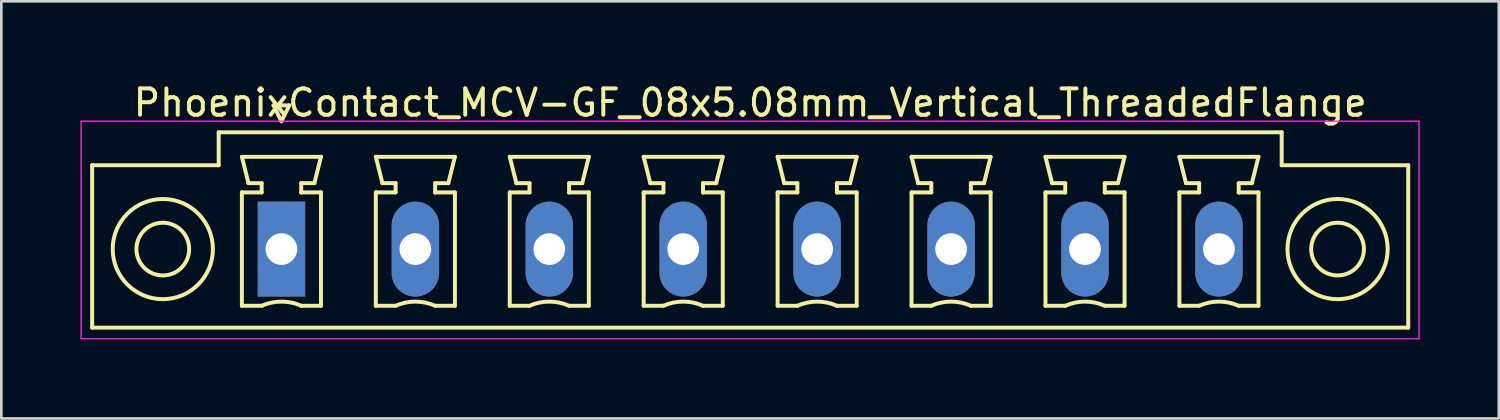
<source format=kicad_pcb>
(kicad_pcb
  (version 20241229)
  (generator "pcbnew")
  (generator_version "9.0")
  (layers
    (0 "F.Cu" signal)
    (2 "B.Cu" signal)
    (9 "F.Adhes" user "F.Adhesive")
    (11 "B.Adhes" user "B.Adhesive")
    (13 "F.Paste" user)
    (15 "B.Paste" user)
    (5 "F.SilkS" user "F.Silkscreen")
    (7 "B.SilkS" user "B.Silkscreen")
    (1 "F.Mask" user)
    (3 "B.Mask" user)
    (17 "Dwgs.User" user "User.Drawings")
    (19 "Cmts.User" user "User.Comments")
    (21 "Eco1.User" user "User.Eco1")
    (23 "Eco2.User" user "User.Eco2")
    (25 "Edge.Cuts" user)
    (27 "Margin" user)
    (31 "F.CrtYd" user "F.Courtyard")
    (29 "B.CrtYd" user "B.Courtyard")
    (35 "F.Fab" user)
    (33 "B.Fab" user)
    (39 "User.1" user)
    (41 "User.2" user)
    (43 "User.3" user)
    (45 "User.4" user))
  (footprint "PhoenixContact_MCV-GF_08x5.08mm_Vertical_ThreadedFlange"
    (layer "F.Cu")
    (at 7.625 6.398)
    (property "Reference" "PhoenixContact_MCV-GF_08x5.08mm_Vertical_ThreadedFlange" (at 17.78 -5.55 0) (layer "F.SilkS") (effects (font (size 1 1) (thickness 0.15))))
    (attr through_hole)
    (fp_line (start -7.18 -3.18) (end -7.18 2.98) (stroke (width 0.15) (type solid)) (layer "F.SilkS"))
    (fp_line (start -7.18 2.98) (end 42.74 2.98) (stroke (width 0.15) (type solid)) (layer "F.SilkS"))
    (fp_line (start -2.38 -4.43) (end -2.38 -3.18) (stroke (width 0.15) (type solid)) (layer "F.SilkS"))
    (fp_line (start -2.38 -3.18) (end -7.18 -3.18) (stroke (width 0.15) (type solid)) (layer "F.SilkS"))
    (fp_line (start -1.5 -3.5) (end 1.5 -3.5) (stroke (width 0.15) (type solid)) (layer "F.SilkS"))
    (fp_line (start -1.5 -2.15) (end -0.75 -2.15) (stroke (width 0.15) (type solid)) (layer "F.SilkS"))
    (fp_line (start -1.5 2.15) (end -1.5 -2.15) (stroke (width 0.15) (type solid)) (layer "F.SilkS"))
    (fp_line (start -1.25 -2.5) (end -1.5 -3.5) (stroke (width 0.15) (type solid)) (layer "F.SilkS"))
    (fp_line (start -0.75 -2.5) (end -1.25 -2.5) (stroke (width 0.15) (type solid)) (layer "F.SilkS"))
    (fp_line (start -0.75 -2.15) (end -0.75 -2.5) (stroke (width 0.15) (type solid)) (layer "F.SilkS"))
    (fp_line (start -0.75 2.15) (end -1.5 2.15) (stroke (width 0.15) (type solid)) (layer "F.SilkS"))
    (fp_line (start -0.3 -5.45) (end 0 -4.85) (stroke (width 0.15) (type solid)) (layer "F.SilkS"))
    (fp_line (start 0 -4.85) (end 0.3 -5.45) (stroke (width 0.15) (type solid)) (layer "F.SilkS"))
    (fp_line (start 0.3 -5.45) (end -0.3 -5.45) (stroke (width 0.15) (type solid)) (layer "F.SilkS"))
    (fp_line (start 0.75 -2.5) (end 0.75 -2.15) (stroke (width 0.15) (type solid)) (layer "F.SilkS"))
    (fp_line (start 0.75 -2.15) (end 0.75 -2.15) (stroke (width 0.15) (type solid)) (layer "F.SilkS"))
    (fp_line (start 0.75 -2.15) (end 1.5 -2.15) (stroke (width 0.15) (type solid)) (layer "F.SilkS"))
    (fp_line (start 1.25 -2.5) (end 0.75 -2.5) (stroke (width 0.15) (type solid)) (layer "F.SilkS"))
    (fp_line (start 1.5 -3.5) (end 1.25 -2.5) (stroke (width 0.15) (type solid)) (layer "F.SilkS"))
    (fp_line (start 1.5 -2.15) (end 1.5 2.15) (stroke (width 0.15) (type solid)) (layer "F.SilkS"))
    (fp_line (start 1.5 2.15) (end 0.75 2.15) (stroke (width 0.15) (type solid)) (layer "F.SilkS"))
    (fp_line (start 3.58 -3.5) (end 6.58 -3.5) (stroke (width 0.15) (type solid)) (layer "F.SilkS"))
    (fp_line (start 3.58 -2.15) (end 4.33 -2.15) (stroke (width 0.15) (type solid)) (layer "F.SilkS"))
    (fp_line (start 3.58 2.15) (end 3.58 -2.15) (stroke (width 0.15) (type solid)) (layer "F.SilkS"))
    (fp_line (start 3.83 -2.5) (end 3.58 -3.5) (stroke (width 0.15) (type solid)) (layer "F.SilkS"))
    (fp_line (start 4.33 -2.5) (end 3.83 -2.5) (stroke (width 0.15) (type solid)) (layer "F.SilkS"))
    (fp_line (start 4.33 -2.15) (end 4.33 -2.5) (stroke (width 0.15) (type solid)) (layer "F.SilkS"))
    (fp_line (start 4.33 2.15) (end 3.58 2.15) (stroke (width 0.15) (type solid)) (layer "F.SilkS"))
    (fp_line (start 5.83 -2.5) (end 5.83 -2.15) (stroke (width 0.15) (type solid)) (layer "F.SilkS"))
    (fp_line (start 5.83 -2.15) (end 5.83 -2.15) (stroke (width 0.15) (type solid)) (layer "F.SilkS"))
    (fp_line (start 5.83 -2.15) (end 6.58 -2.15) (stroke (width 0.15) (type solid)) (layer "F.SilkS"))
    (fp_line (start 6.33 -2.5) (end 5.83 -2.5) (stroke (width 0.15) (type solid)) (layer "F.SilkS"))
    (fp_line (start 6.58 -3.5) (end 6.33 -2.5) (stroke (width 0.15) (type solid)) (layer "F.SilkS"))
    (fp_line (start 6.58 -2.15) (end 6.58 2.15) (stroke (width 0.15) (type solid)) (layer "F.SilkS"))
    (fp_line (start 6.58 2.15) (end 5.83 2.15) (stroke (width 0.15) (type solid)) (layer "F.SilkS"))
    (fp_line (start 8.66 -3.5) (end 11.66 -3.5) (stroke (width 0.15) (type solid)) (layer "F.SilkS"))
    (fp_line (start 8.66 -2.15) (end 9.41 -2.15) (stroke (width 0.15) (type solid)) (layer "F.SilkS"))
    (fp_line (start 8.66 2.15) (end 8.66 -2.15) (stroke (width 0.15) (type solid)) (layer "F.SilkS"))
    (fp_line (start 8.91 -2.5) (end 8.66 -3.5) (stroke (width 0.15) (type solid)) (layer "F.SilkS"))
    (fp_line (start 9.41 -2.5) (end 8.91 -2.5) (stroke (width 0.15) (type solid)) (layer "F.SilkS"))
    (fp_line (start 9.41 -2.15) (end 9.41 -2.5) (stroke (width 0.15) (type solid)) (layer "F.SilkS"))
    (fp_line (start 9.41 2.15) (end 8.66 2.15) (stroke (width 0.15) (type solid)) (layer "F.SilkS"))
    (fp_line (start 10.91 -2.5) (end 10.91 -2.15) (stroke (width 0.15) (type solid)) (layer "F.SilkS"))
    (fp_line (start 10.91 -2.15) (end 10.91 -2.15) (stroke (width 0.15) (type solid)) (layer "F.SilkS"))
    (fp_line (start 10.91 -2.15) (end 11.66 -2.15) (stroke (width 0.15) (type solid)) (layer "F.SilkS"))
    (fp_line (start 11.41 -2.5) (end 10.91 -2.5) (stroke (width 0.15) (type solid)) (layer "F.SilkS"))
    (fp_line (start 11.66 -3.5) (end 11.41 -2.5) (stroke (width 0.15) (type solid)) (layer "F.SilkS"))
    (fp_line (start 11.66 -2.15) (end 11.66 2.15) (stroke (width 0.15) (type solid)) (layer "F.SilkS"))
    (fp_line (start 11.66 2.15) (end 10.91 2.15) (stroke (width 0.15) (type solid)) (layer "F.SilkS"))
    (fp_line (start 13.74 -3.5) (end 16.74 -3.5) (stroke (width 0.15) (type solid)) (layer "F.SilkS"))
    (fp_line (start 13.74 -2.15) (end 14.49 -2.15) (stroke (width 0.15) (type solid)) (layer "F.SilkS"))
    (fp_line (start 13.74 2.15) (end 13.74 -2.15) (stroke (width 0.15) (type solid)) (layer "F.SilkS"))
    (fp_line (start 13.99 -2.5) (end 13.74 -3.5) (stroke (width 0.15) (type solid)) (layer "F.SilkS"))
    (fp_line (start 14.49 -2.5) (end 13.99 -2.5) (stroke (width 0.15) (type solid)) (layer "F.SilkS"))
    (fp_line (start 14.49 -2.15) (end 14.49 -2.5) (stroke (width 0.15) (type solid)) (layer "F.SilkS"))
    (fp_line (start 14.49 2.15) (end 13.74 2.15) (stroke (width 0.15) (type solid)) (layer "F.SilkS"))
    (fp_line (start 15.99 -2.5) (end 15.99 -2.15) (stroke (width 0.15) (type solid)) (layer "F.SilkS"))
    (fp_line (start 15.99 -2.15) (end 15.99 -2.15) (stroke (width 0.15) (type solid)) (layer "F.SilkS"))
    (fp_line (start 15.99 -2.15) (end 16.74 -2.15) (stroke (width 0.15) (type solid)) (layer "F.SilkS"))
    (fp_line (start 16.49 -2.5) (end 15.99 -2.5) (stroke (width 0.15) (type solid)) (layer "F.SilkS"))
    (fp_line (start 16.74 -3.5) (end 16.49 -2.5) (stroke (width 0.15) (type solid)) (layer "F.SilkS"))
    (fp_line (start 16.74 -2.15) (end 16.74 2.15) (stroke (width 0.15) (type solid)) (layer "F.SilkS"))
    (fp_line (start 16.74 2.15) (end 15.99 2.15) (stroke (width 0.15) (type solid)) (layer "F.SilkS"))
    (fp_line (start 18.82 -3.5) (end 21.82 -3.5) (stroke (width 0.15) (type solid)) (layer "F.SilkS"))
    (fp_line (start 18.82 -2.15) (end 19.57 -2.15) (stroke (width 0.15) (type solid)) (layer "F.SilkS"))
    (fp_line (start 18.82 2.15) (end 18.82 -2.15) (stroke (width 0.15) (type solid)) (layer "F.SilkS"))
    (fp_line (start 19.07 -2.5) (end 18.82 -3.5) (stroke (width 0.15) (type solid)) (layer "F.SilkS"))
    (fp_line (start 19.57 -2.5) (end 19.07 -2.5) (stroke (width 0.15) (type solid)) (layer "F.SilkS"))
    (fp_line (start 19.57 -2.15) (end 19.57 -2.5) (stroke (width 0.15) (type solid)) (layer "F.SilkS"))
    (fp_line (start 19.57 2.15) (end 18.82 2.15) (stroke (width 0.15) (type solid)) (layer "F.SilkS"))
    (fp_line (start 21.07 -2.5) (end 21.07 -2.15) (stroke (width 0.15) (type solid)) (layer "F.SilkS"))
    (fp_line (start 21.07 -2.15) (end 21.07 -2.15) (stroke (width 0.15) (type solid)) (layer "F.SilkS"))
    (fp_line (start 21.07 -2.15) (end 21.82 -2.15) (stroke (width 0.15) (type solid)) (layer "F.SilkS"))
    (fp_line (start 21.57 -2.5) (end 21.07 -2.5) (stroke (width 0.15) (type solid)) (layer "F.SilkS"))
    (fp_line (start 21.82 -3.5) (end 21.57 -2.5) (stroke (width 0.15) (type solid)) (layer "F.SilkS"))
    (fp_line (start 21.82 -2.15) (end 21.82 2.15) (stroke (width 0.15) (type solid)) (layer "F.SilkS"))
    (fp_line (start 21.82 2.15) (end 21.07 2.15) (stroke (width 0.15) (type solid)) (layer "F.SilkS"))
    (fp_line (start 23.9 -3.5) (end 26.9 -3.5) (stroke (width 0.15) (type solid)) (layer "F.SilkS"))
    (fp_line (start 23.9 -2.15) (end 24.65 -2.15) (stroke (width 0.15) (type solid)) (layer "F.SilkS"))
    (fp_line (start 23.9 2.15) (end 23.9 -2.15) (stroke (width 0.15) (type solid)) (layer "F.SilkS"))
    (fp_line (start 24.15 -2.5) (end 23.9 -3.5) (stroke (width 0.15) (type solid)) (layer "F.SilkS"))
    (fp_line (start 24.65 -2.5) (end 24.15 -2.5) (stroke (width 0.15) (type solid)) (layer "F.SilkS"))
    (fp_line (start 24.65 -2.15) (end 24.65 -2.5) (stroke (width 0.15) (type solid)) (layer "F.SilkS"))
    (fp_line (start 24.65 2.15) (end 23.9 2.15) (stroke (width 0.15) (type solid)) (layer "F.SilkS"))
    (fp_line (start 26.15 -2.5) (end 26.15 -2.15) (stroke (width 0.15) (type solid)) (layer "F.SilkS"))
    (fp_line (start 26.15 -2.15) (end 26.15 -2.15) (stroke (width 0.15) (type solid)) (layer "F.SilkS"))
    (fp_line (start 26.15 -2.15) (end 26.9 -2.15) (stroke (width 0.15) (type solid)) (layer "F.SilkS"))
    (fp_line (start 26.65 -2.5) (end 26.15 -2.5) (stroke (width 0.15) (type solid)) (layer "F.SilkS"))
    (fp_line (start 26.9 -3.5) (end 26.65 -2.5) (stroke (width 0.15) (type solid)) (layer "F.SilkS"))
    (fp_line (start 26.9 -2.15) (end 26.9 2.15) (stroke (width 0.15) (type solid)) (layer "F.SilkS"))
    (fp_line (start 26.9 2.15) (end 26.15 2.15) (stroke (width 0.15) (type solid)) (layer "F.SilkS"))
    (fp_line (start 28.98 -3.5) (end 31.98 -3.5) (stroke (width 0.15) (type solid)) (layer "F.SilkS"))
    (fp_line (start 28.98 -2.15) (end 29.73 -2.15) (stroke (width 0.15) (type solid)) (layer "F.SilkS"))
    (fp_line (start 28.98 2.15) (end 28.98 -2.15) (stroke (width 0.15) (type solid)) (layer "F.SilkS"))
    (fp_line (start 29.23 -2.5) (end 28.98 -3.5) (stroke (width 0.15) (type solid)) (layer "F.SilkS"))
    (fp_line (start 29.73 -2.5) (end 29.23 -2.5) (stroke (width 0.15) (type solid)) (layer "F.SilkS"))
    (fp_line (start 29.73 -2.15) (end 29.73 -2.5) (stroke (width 0.15) (type solid)) (layer "F.SilkS"))
    (fp_line (start 29.73 2.15) (end 28.98 2.15) (stroke (width 0.15) (type solid)) (layer "F.SilkS"))
    (fp_line (start 31.23 -2.5) (end 31.23 -2.15) (stroke (width 0.15) (type solid)) (layer "F.SilkS"))
    (fp_line (start 31.23 -2.15) (end 31.23 -2.15) (stroke (width 0.15) (type solid)) (layer "F.SilkS"))
    (fp_line (start 31.23 -2.15) (end 31.98 -2.15) (stroke (width 0.15) (type solid)) (layer "F.SilkS"))
    (fp_line (start 31.73 -2.5) (end 31.23 -2.5) (stroke (width 0.15) (type solid)) (layer "F.SilkS"))
    (fp_line (start 31.98 -3.5) (end 31.73 -2.5) (stroke (width 0.15) (type solid)) (layer "F.SilkS"))
    (fp_line (start 31.98 -2.15) (end 31.98 2.15) (stroke (width 0.15) (type solid)) (layer "F.SilkS"))
    (fp_line (start 31.98 2.15) (end 31.23 2.15) (stroke (width 0.15) (type solid)) (layer "F.SilkS"))
    (fp_line (start 34.06 -3.5) (end 37.06 -3.5) (stroke (width 0.15) (type solid)) (layer "F.SilkS"))
    (fp_line (start 34.06 -2.15) (end 34.81 -2.15) (stroke (width 0.15) (type solid)) (layer "F.SilkS"))
    (fp_line (start 34.06 2.15) (end 34.06 -2.15) (stroke (width 0.15) (type solid)) (layer "F.SilkS"))
    (fp_line (start 34.31 -2.5) (end 34.06 -3.5) (stroke (width 0.15) (type solid)) (layer "F.SilkS"))
    (fp_line (start 34.81 -2.5) (end 34.31 -2.5) (stroke (width 0.15) (type solid)) (layer "F.SilkS"))
    (fp_line (start 34.81 -2.15) (end 34.81 -2.5) (stroke (width 0.15) (type solid)) (layer "F.SilkS"))
    (fp_line (start 34.81 2.15) (end 34.06 2.15) (stroke (width 0.15) (type solid)) (layer "F.SilkS"))
    (fp_line (start 36.31 -2.5) (end 36.31 -2.15) (stroke (width 0.15) (type solid)) (layer "F.SilkS"))
    (fp_line (start 36.31 -2.15) (end 36.31 -2.15) (stroke (width 0.15) (type solid)) (layer "F.SilkS"))
    (fp_line (start 36.31 -2.15) (end 37.06 -2.15) (stroke (width 0.15) (type solid)) (layer "F.SilkS"))
    (fp_line (start 36.81 -2.5) (end 36.31 -2.5) (stroke (width 0.15) (type solid)) (layer "F.SilkS"))
    (fp_line (start 37.06 -3.5) (end 36.81 -2.5) (stroke (width 0.15) (type solid)) (layer "F.SilkS"))
    (fp_line (start 37.06 -2.15) (end 37.06 2.15) (stroke (width 0.15) (type solid)) (layer "F.SilkS"))
    (fp_line (start 37.06 2.15) (end 36.31 2.15) (stroke (width 0.15) (type solid)) (layer "F.SilkS"))
    (fp_line (start 37.94 -4.43) (end -2.38 -4.43) (stroke (width 0.15) (type solid)) (layer "F.SilkS"))
    (fp_line (start 37.94 -3.18) (end 37.94 -4.43) (stroke (width 0.15) (type solid)) (layer "F.SilkS"))
    (fp_line (start 42.74 -3.18) (end 37.94 -3.18) (stroke (width 0.15) (type solid)) (layer "F.SilkS"))
    (fp_line (start 42.74 2.98) (end 42.74 -3.18) (stroke (width 0.15) (type solid)) (layer "F.SilkS"))
    (fp_arc (start -0.75 2.15) (mid -0.000193 1.99191) (end 0.749647 2.149844) (stroke (width 0.15) (type solid)) (layer "F.SilkS"))
    (fp_arc (start 4.33 2.15) (mid 5.079807 1.99191) (end 5.829647 2.149844) (stroke (width 0.15) (type solid)) (layer "F.SilkS"))
    (fp_arc (start 9.41 2.15) (mid 10.159807 1.99191) (end 10.909647 2.149844) (stroke (width 0.15) (type solid)) (layer "F.SilkS"))
    (fp_arc (start 14.49 2.15) (mid 15.239807 1.99191) (end 15.989647 2.149844) (stroke (width 0.15) (type solid)) (layer "F.SilkS"))
    (fp_arc (start 19.57 2.15) (mid 20.319807 1.99191) (end 21.069647 2.149844) (stroke (width 0.15) (type solid)) (layer "F.SilkS"))
    (fp_arc (start 24.65 2.15) (mid 25.399807 1.99191) (end 26.149647 2.149844) (stroke (width 0.15) (type solid)) (layer "F.SilkS"))
    (fp_arc (start 29.73 2.15) (mid 30.479807 1.99191) (end 31.229647 2.149844) (stroke (width 0.15) (type solid)) (layer "F.SilkS"))
    (fp_arc (start 34.81 2.15) (mid 35.559807 1.99191) (end 36.309647 2.149844) (stroke (width 0.15) (type solid)) (layer "F.SilkS"))
    (fp_circle (center -4.5 0) (end -3.5 0) (stroke (width 0.15) (type solid)) (fill no) (layer "F.SilkS"))
    (fp_circle (center -4.5 0) (end -2.6 0) (stroke (width 0.15) (type solid)) (fill no) (layer "F.SilkS"))
    (fp_circle (center 40.06 0) (end 41.06 0) (stroke (width 0.15) (type solid)) (fill no) (layer "F.SilkS"))
    (fp_circle (center 40.06 0) (end 41.96 0) (stroke (width 0.15) (type solid)) (fill no) (layer "F.SilkS"))
    (fp_line (start -7.6 -4.85) (end -7.6 3.4) (stroke (width 0.05) (type solid)) (layer "F.CrtYd"))
    (fp_line (start -7.6 3.4) (end 43.15 3.4) (stroke (width 0.05) (type solid)) (layer "F.CrtYd"))
    (fp_line (start 43.15 -4.85) (end -7.6 -4.85) (stroke (width 0.05) (type solid)) (layer "F.CrtYd"))
    (fp_line (start 43.15 3.4) (end 43.15 -4.85) (stroke (width 0.05) (type solid)) (layer "F.CrtYd"))
    (pad "1" thru_hole rect (at 0 0) (size 1.8 3.6) (drill 1.2) (layers "*.Cu" "*.Mask"))
    (pad "2" thru_hole oval (at 5.08 0) (size 1.8 3.6) (drill 1.2) (layers "*.Cu" "*.Mask"))
    (pad "3" thru_hole oval (at 10.16 0) (size 1.8 3.6) (drill 1.2) (layers "*.Cu" "*.Mask"))
    (pad "4" thru_hole oval (at 15.24 0) (size 1.8 3.6) (drill 1.2) (layers "*.Cu" "*.Mask"))
    (pad "5" thru_hole oval (at 20.32 0) (size 1.8 3.6) (drill 1.2) (layers "*.Cu" "*.Mask"))
    (pad "6" thru_hole oval (at 25.4 0) (size 1.8 3.6) (drill 1.2) (layers "*.Cu" "*.Mask"))
    (pad "7" thru_hole oval (at 30.48 0) (size 1.8 3.6) (drill 1.2) (layers "*.Cu" "*.Mask"))
    (pad "8" thru_hole oval (at 35.56 0) (size 1.8 3.6) (drill 1.2) (layers "*.Cu" "*.Mask")))
  (gr_rect
    (start -3 -3)
    (end 53.8 12.823)
    (stroke (width 0.1) (type default))
    (fill no)
    (layer "Edge.Cuts")))
</source>
